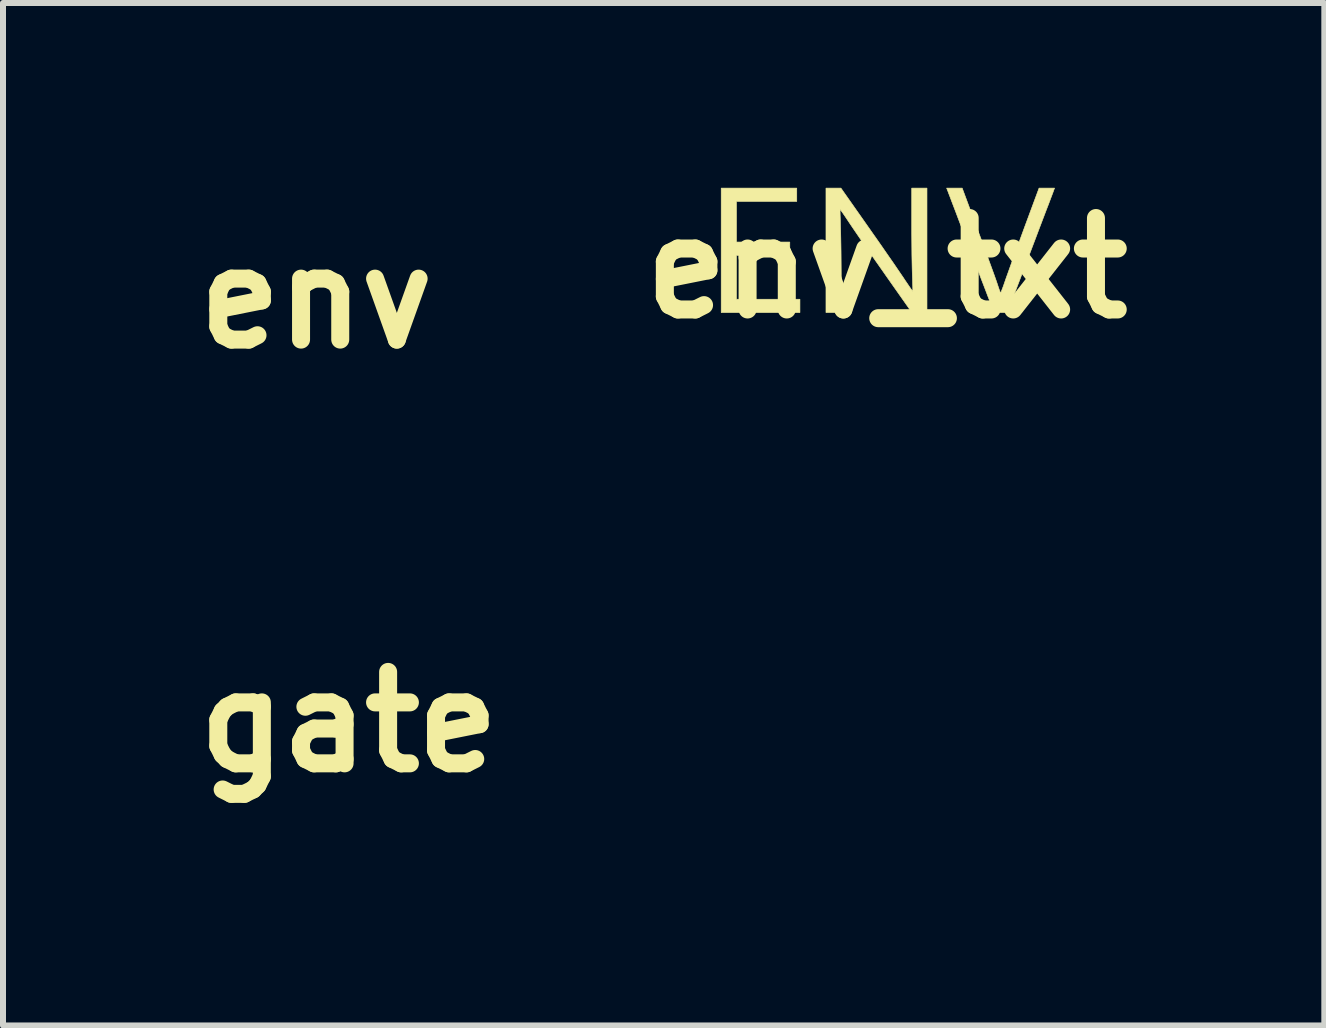
<source format=kicad_pcb>
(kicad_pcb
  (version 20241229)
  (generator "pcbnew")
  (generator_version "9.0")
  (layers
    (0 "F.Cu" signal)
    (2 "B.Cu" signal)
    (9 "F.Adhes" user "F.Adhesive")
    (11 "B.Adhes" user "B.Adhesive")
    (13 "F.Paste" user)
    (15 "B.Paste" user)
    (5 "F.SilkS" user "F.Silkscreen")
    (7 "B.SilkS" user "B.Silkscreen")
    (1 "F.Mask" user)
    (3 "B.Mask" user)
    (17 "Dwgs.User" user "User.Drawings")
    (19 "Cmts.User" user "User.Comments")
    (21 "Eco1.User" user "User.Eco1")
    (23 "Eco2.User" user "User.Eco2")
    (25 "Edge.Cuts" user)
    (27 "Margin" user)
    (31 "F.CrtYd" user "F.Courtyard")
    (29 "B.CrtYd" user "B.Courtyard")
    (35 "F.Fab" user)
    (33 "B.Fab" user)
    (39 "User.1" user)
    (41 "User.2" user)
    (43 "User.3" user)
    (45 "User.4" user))
  (footprint "env"
    (layer "F.Cu")
    (at 2.221 1.92)
    (property "Reference" "env" (at 0 0 0) (layer "F.SilkS") (effects (font (size 1.524 1.524) (thickness 0.3))))
    (attr through_hole)
    (fp_poly (pts (xy 0.172 -1.911) (xy 0.371 -1.887) (xy 0.569 -1.843) (xy 0.763 -1.778) (xy 0.878 -1.728) (xy 1.049 -1.637) (xy 1.211 -1.528) (xy 1.363 -1.403) (xy 1.502 -1.262) (xy 1.626 -1.109) (xy 1.72 -0.968) (xy 1.813 -0.794) (xy 1.888 -0.612) (xy 1.943 -0.424) (xy 1.98 -0.231) (xy 1.998 -0.036) (xy 1.997 0.16) (xy 1.977 0.355) (xy 1.939 0.547) (xy 1.882 0.735) (xy 1.805 0.916) (xy 1.72 1.074) (xy 1.653 1.179) (xy 1.582 1.273) (xy 1.503 1.366) (xy 1.44 1.432) (xy 1.291 1.571) (xy 1.129 1.691) (xy 0.957 1.794) (xy 0.776 1.879) (xy 0.586 1.944) (xy 0.389 1.99) (xy 0.252 2.01) (xy 0.174 2.016) (xy 0.084 2.019) (xy -0.012 2.019) (xy -0.104 2.017) (xy -0.186 2.011) (xy -0.206 2.009) (xy -0.401 1.977) (xy -0.59 1.924) (xy -0.774 1.853) (xy -0.949 1.764) (xy -1.114 1.657) (xy -1.269 1.535) (xy -1.411 1.397) (xy -1.539 1.246) (xy -1.652 1.081) (xy -1.656 1.074) (xy -1.75 0.899) (xy -1.825 0.716) (xy -1.881 0.526) (xy -1.918 0.332) (xy -1.935 0.136) (xy -1.933 -0.062) (xy -1.912 -0.26) (xy -1.871 -0.455) (xy -1.811 -0.647) (xy -1.749 -0.794) (xy -1.676 -0.931) (xy -1.164 -0.931) (xy -1.164 0.931) (xy -0.826 0.931) (xy -0.826 -0.033) (xy -0.709 0.083) (xy -0.612 0.177) (xy -0.512 0.264) (xy -0.405 0.347) (xy -0.288 0.431) (xy -0.157 0.518) (xy -0.121 0.54) (xy -0.049 0.583) (xy 0.034 0.63) (xy 0.123 0.678) (xy 0.213 0.724) (xy 0.299 0.765) (xy 0.376 0.8) (xy 0.423 0.82) (xy 0.463 0.836) (xy 0.496 0.851) (xy 0.517 0.863) (xy 0.519 0.864) (xy 0.537 0.874) (xy 0.568 0.886) (xy 0.608 0.9) (xy 0.62 0.904) (xy 0.672 0.92) (xy 0.732 0.94) (xy 0.788 0.96) (xy 0.794 0.962) (xy 0.826 0.973) (xy 0.853 0.981) (xy 0.88 0.987) (xy 0.91 0.991) (xy 0.947 0.993) (xy 0.996 0.994) (xy 1.061 0.994) (xy 1.082 0.994) (xy 1.281 0.995) (xy 1.281 0.842) (xy 1.28 0.774) (xy 1.278 0.725) (xy 1.273 0.692) (xy 1.263 0.671) (xy 1.247 0.662) (xy 1.223 0.66) (xy 1.19 0.663) (xy 1.182 0.664) (xy 1.087 0.67) (xy 0.99 0.663) (xy 0.883 0.643) (xy 0.874 0.641) (xy 0.729 0.599) (xy 0.576 0.54) (xy 0.418 0.467) (xy 0.259 0.381) (xy 0.101 0.284) (xy -0.053 0.179) (xy -0.199 0.066) (xy -0.335 -0.052) (xy -0.395 -0.11) (xy -0.466 -0.181) (xy -0.527 -0.247) (xy -0.576 -0.304) (xy -0.613 -0.351) (xy -0.627 -0.371) (xy -0.642 -0.396) (xy -0.655 -0.411) (xy -0.656 -0.413) (xy -0.668 -0.426) (xy -0.687 -0.454) (xy -0.709 -0.491) (xy -0.733 -0.532) (xy -0.755 -0.573) (xy -0.773 -0.609) (xy -0.781 -0.628) (xy -0.799 -0.675) (xy -0.815 -0.723) (xy -0.827 -0.765) (xy -0.835 -0.796) (xy -0.836 -0.807) (xy -0.839 -0.825) (xy -0.846 -0.855) (xy -0.852 -0.876) (xy -0.869 -0.931) (xy -1.164 -0.931) (xy -1.676 -0.931) (xy -1.659 -0.964) (xy -1.55 -1.126) (xy -1.425 -1.277) (xy -1.286 -1.415) (xy -1.134 -1.539) (xy -0.971 -1.646) (xy -0.815 -1.728) (xy -0.624 -1.805) (xy -0.429 -1.862) (xy -0.23 -1.899) (xy -0.029 -1.915) (xy 0.172 -1.911)) (stroke (width 0.01) (type solid)) (fill yes) (layer "F.Mask")))
  (footprint "gate"
    (layer "F.Cu")
    (at 2.765 8.982)
    (property "Reference" "gate" (at 0 0 0) (layer "F.SilkS") (effects (font (size 1.524 1.524) (thickness 0.3))))
    (attr through_hole)
    (fp_poly (pts (xy 0.07 -2.032) (xy 0.272 -2.011) (xy 0.47 -1.971) (xy 0.665 -1.911) (xy 0.852 -1.832) (xy 0.976 -1.769) (xy 1.085 -1.705) (xy 1.184 -1.638) (xy 1.279 -1.562) (xy 1.376 -1.474) (xy 1.39 -1.461) (xy 1.499 -1.349) (xy 1.594 -1.235) (xy 1.678 -1.114) (xy 1.756 -0.981) (xy 1.811 -0.873) (xy 1.891 -0.684) (xy 1.951 -0.488) (xy 1.991 -0.287) (xy 2.01 -0.083) (xy 2.009 0.124) (xy 1.988 0.331) (xy 1.968 0.443) (xy 1.93 0.589) (xy 1.877 0.741) (xy 1.811 0.894) (xy 1.735 1.041) (xy 1.651 1.178) (xy 1.591 1.263) (xy 1.546 1.317) (xy 1.49 1.38) (xy 1.426 1.445) (xy 1.361 1.509) (xy 1.3 1.567) (xy 1.254 1.605) (xy 1.124 1.7) (xy 0.979 1.788) (xy 0.825 1.866) (xy 0.666 1.932) (xy 0.509 1.984) (xy 0.4 2.01) (xy 0.268 2.032) (xy 0.123 2.046) (xy -0.024 2.052) (xy -0.167 2.05) (xy -0.275 2.041) (xy -0.459 2.011) (xy -0.643 1.961) (xy -0.825 1.894) (xy -1.001 1.812) (xy -1.166 1.715) (xy -1.317 1.606) (xy -1.318 1.605) (xy -1.373 1.557) (xy -1.436 1.499) (xy -1.501 1.434) (xy -1.563 1.368) (xy -1.618 1.307) (xy -1.654 1.263) (xy -1.742 1.136) (xy -1.824 0.995) (xy -1.897 0.845) (xy -1.959 0.692) (xy -1.995 0.582) (xy -1.09 0.582) (xy -1.09 0.889) (xy -0.487 0.889) (xy -0.487 -0.794) (xy 0.423 -0.794) (xy 0.423 0.889) (xy 1.027 0.889) (xy 1.027 0.582) (xy 0.751 0.582) (xy 0.751 -1.122) (xy -0.815 -1.122) (xy -0.815 0.582) (xy -1.09 0.582) (xy -1.995 0.582) (xy -2.008 0.541) (xy -2.032 0.443) (xy -2.064 0.235) (xy -2.076 0.028) (xy -2.067 -0.178) (xy -2.038 -0.381) (xy -1.989 -0.58) (xy -1.92 -0.772) (xy -1.875 -0.873) (xy -1.799 -1.018) (xy -1.72 -1.147) (xy -1.633 -1.266) (xy -1.535 -1.379) (xy -1.454 -1.461) (xy -1.356 -1.551) (xy -1.261 -1.628) (xy -1.163 -1.696) (xy -1.055 -1.76) (xy -0.934 -1.823) (xy -0.915 -1.832) (xy -0.726 -1.912) (xy -0.531 -1.972) (xy -0.332 -2.012) (xy -0.131 -2.032) (xy 0.07 -2.032)) (stroke (width 0.01) (type solid)) (fill yes) (layer "F.Mask")))
  (footprint "env_txt"
    (layer "F.Cu")
    (at 11.731 1.418)
    (property "Reference" "env_txt" (at 0 0 0) (layer "F.SilkS") (effects (font (size 1.524 1.524) (thickness 0.3))))
    (attr through_hole)
    (fp_poly (pts (xy -1.503 -1.111) (xy -2.508 -1.111) (xy -2.508 -0.434) (xy -1.619 -0.434) (xy -1.619 -0.212) (xy -2.508 -0.212) (xy -2.508 0.519) (xy -1.45 0.519) (xy -1.45 0.741) (xy -2.762 0.741) (xy -2.762 -1.333) (xy -1.503 -1.333) (xy -1.503 -1.111)) (stroke (width 0.01) (type solid)) (fill yes) (layer "F.SilkS"))
    (fp_poly (pts (xy 0.667 0.741) (xy 0.417 0.741) (xy -0.006 0.14) (xy -0.082 0.031) (xy -0.16 -0.08) (xy -0.237 -0.19) (xy -0.312 -0.298) (xy -0.383 -0.4) (xy -0.449 -0.495) (xy -0.507 -0.58) (xy -0.557 -0.653) (xy -0.596 -0.711) (xy -0.603 -0.721) (xy -0.647 -0.787) (xy -0.687 -0.847) (xy -0.722 -0.898) (xy -0.75 -0.938) (xy -0.77 -0.966) (xy -0.78 -0.979) (xy -0.781 -0.98) (xy -0.781 -0.969) (xy -0.781 -0.94) (xy -0.78 -0.894) (xy -0.778 -0.836) (xy -0.776 -0.767) (xy -0.774 -0.69) (xy -0.773 -0.666) (xy -0.771 -0.59) (xy -0.769 -0.497) (xy -0.767 -0.39) (xy -0.765 -0.274) (xy -0.764 -0.151) (xy -0.763 -0.027) (xy -0.762 0.097) (xy -0.762 0.193) (xy -0.762 0.741) (xy -1.016 0.741) (xy -1.016 -1.333) (xy -0.767 -1.333) (xy -0.334 -0.717) (xy -0.257 -0.607) (xy -0.179 -0.496) (xy -0.102 -0.386) (xy -0.028 -0.279) (xy 0.042 -0.178) (xy 0.107 -0.085) (xy 0.164 -0.001) (xy 0.213 0.071) (xy 0.252 0.128) (xy 0.264 0.145) (xy 0.306 0.209) (xy 0.345 0.266) (xy 0.378 0.315) (xy 0.405 0.353) (xy 0.423 0.378) (xy 0.431 0.388) (xy 0.431 0.388) (xy 0.431 0.377) (xy 0.431 0.347) (xy 0.43 0.303) (xy 0.428 0.246) (xy 0.426 0.179) (xy 0.424 0.126) (xy 0.422 0.065) (xy 0.42 -0.015) (xy 0.418 -0.109) (xy 0.416 -0.215) (xy 0.415 -0.329) (xy 0.414 -0.45) (xy 0.413 -0.572) (xy 0.413 -0.694) (xy 0.413 -0.733) (xy 0.413 -1.333) (xy 0.667 -1.333) (xy 0.667 0.741)) (stroke (width 0.01) (type solid)) (fill yes) (layer "F.SilkS"))
    (fp_poly (pts (xy 2.765 -1.256) (xy 2.757 -1.235) (xy 2.742 -1.196) (xy 2.721 -1.14) (xy 2.694 -1.068) (xy 2.661 -0.983) (xy 2.624 -0.886) (xy 2.583 -0.778) (xy 2.538 -0.66) (xy 2.491 -0.535) (xy 2.441 -0.403) (xy 2.389 -0.266) (xy 2.371 -0.219) (xy 2.006 0.74) (xy 1.788 0.741) (xy 1.773 0.706) (xy 1.768 0.692) (xy 1.755 0.659) (xy 1.736 0.609) (xy 1.711 0.543) (xy 1.68 0.464) (xy 1.645 0.371) (xy 1.605 0.267) (xy 1.561 0.153) (xy 1.515 0.03) (xy 1.465 -0.1) (xy 1.414 -0.235) (xy 1.386 -0.307) (xy 1.334 -0.445) (xy 1.283 -0.577) (xy 1.235 -0.703) (xy 1.19 -0.821) (xy 1.149 -0.93) (xy 1.112 -1.027) (xy 1.079 -1.113) (xy 1.052 -1.185) (xy 1.03 -1.242) (xy 1.015 -1.282) (xy 1.006 -1.305) (xy 1.004 -1.31) (xy 0.995 -1.333) (xy 1.254 -1.333) (xy 1.471 -0.749) (xy 1.535 -0.574) (xy 1.593 -0.418) (xy 1.644 -0.28) (xy 1.688 -0.158) (xy 1.727 -0.051) (xy 1.761 0.042) (xy 1.79 0.122) (xy 1.814 0.19) (xy 1.834 0.248) (xy 1.85 0.296) (xy 1.858 0.32) (xy 1.872 0.361) (xy 1.884 0.392) (xy 1.893 0.41) (xy 1.895 0.413) (xy 1.901 0.403) (xy 1.911 0.376) (xy 1.927 0.335) (xy 1.946 0.283) (xy 1.967 0.222) (xy 1.976 0.196) (xy 1.993 0.147) (xy 2.017 0.081) (xy 2.046 -0.000345) (xy 2.079 -0.094) (xy 2.117 -0.198) (xy 2.158 -0.309) (xy 2.2 -0.426) (xy 2.244 -0.546) (xy 2.288 -0.666) (xy 2.292 -0.677) (xy 2.535 -1.333) (xy 2.664 -1.333) (xy 2.793 -1.333) (xy 2.765 -1.256)) (stroke (width 0.01) (type solid)) (fill yes) (layer "F.SilkS")))
  (gr_rect
    (start -3 -3)
    (end 19.02 14.039)
    (stroke (width 0.1) (type default))
    (fill no)
    (layer "Edge.Cuts")))
</source>
